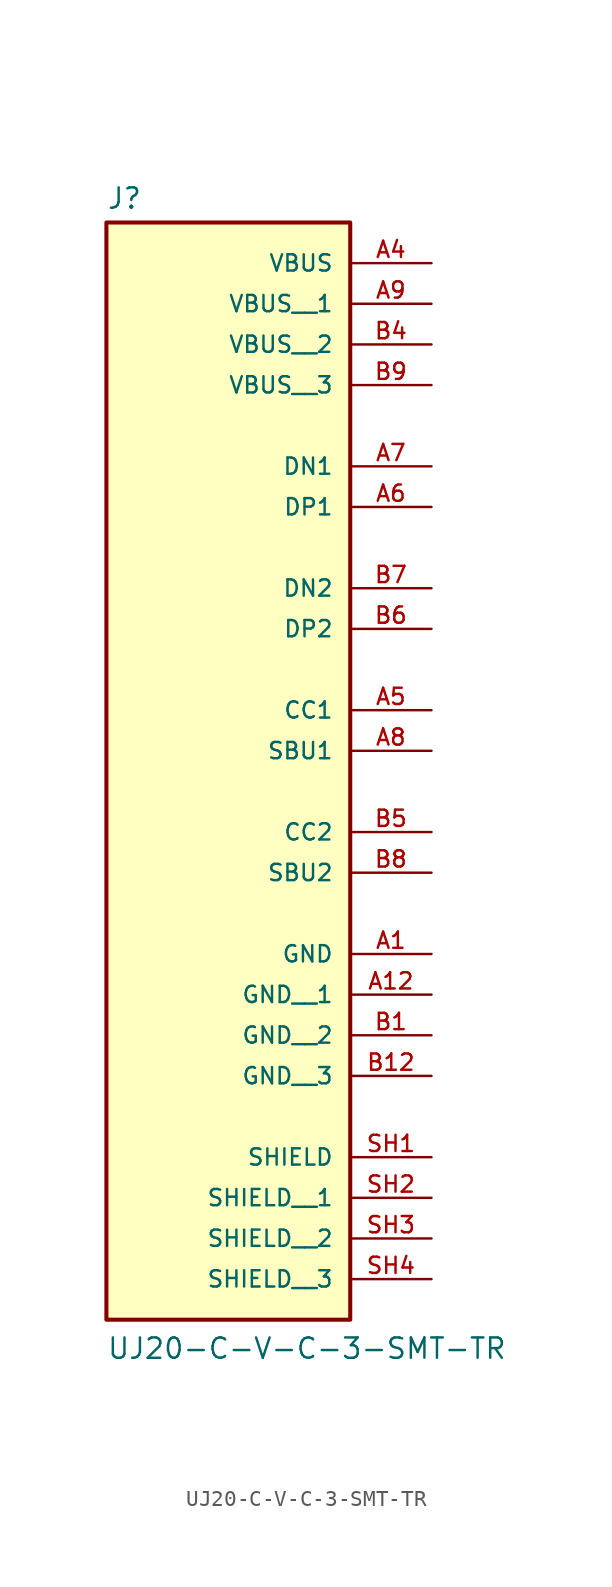
<source format=kicad_sym>
(kicad_symbol_lib
  (version 20211014)
  (generator kicad_symbol_editor)
  (symbol "UJ20-C-V-C-3-SMT-TR"
    (pin_names
      (offset 1.016))
    (property "Reference" "J"
      (at -7.62 23.622 0)
      (effects (font (size 1.27 1.27)) (justify bottom left)))
    (property "Value" "UJ20-C-V-C-3-SMT-TR"
      (at -7.62 -48.26 0)
      (effects (font (size 1.27 1.27)) (justify bottom left)))
    (symbol "UJ20-C-V-C-3-SMT-TR_0_0"
      (rectangle (start -7.62 -45.72) (end 7.62 22.86) (stroke (width 0.254)) (fill (type background)))
      (pin passive line (at 12.7 20.32 180.0) (length 5.08) (name "VBUS" (effects (font (size 1.016 1.016)))) (number "A4" (effects (font (size 1.016 1.016)))))
      (pin passive line (at 12.7 -35.56 180.0) (length 5.08) (name "SHIELD" (effects (font (size 1.016 1.016)))) (number "SH1" (effects (font (size 1.016 1.016)))))
      (pin passive line (at 12.7 7.62 180.0) (length 5.08) (name "DN1" (effects (font (size 1.016 1.016)))) (number "A7" (effects (font (size 1.016 1.016)))))
      (pin passive line (at 12.7 5.08 180.0) (length 5.08) (name "DP1" (effects (font (size 1.016 1.016)))) (number "A6" (effects (font (size 1.016 1.016)))))
      (pin passive line (at 12.7 0.0 180.0) (length 5.08) (name "DN2" (effects (font (size 1.016 1.016)))) (number "B7" (effects (font (size 1.016 1.016)))))
      (pin passive line (at 12.7 -2.54 180.0) (length 5.08) (name "DP2" (effects (font (size 1.016 1.016)))) (number "B6" (effects (font (size 1.016 1.016)))))
      (pin passive line (at 12.7 -22.86 180.0) (length 5.08) (name "GND" (effects (font (size 1.016 1.016)))) (number "A1" (effects (font (size 1.016 1.016)))))
      (pin passive line (at 12.7 -7.62 180.0) (length 5.08) (name "CC1" (effects (font (size 1.016 1.016)))) (number "A5" (effects (font (size 1.016 1.016)))))
      (pin passive line (at 12.7 -10.16 180.0) (length 5.08) (name "SBU1" (effects (font (size 1.016 1.016)))) (number "A8" (effects (font (size 1.016 1.016)))))
      (pin passive line (at 12.7 -15.24 180.0) (length 5.08) (name "CC2" (effects (font (size 1.016 1.016)))) (number "B5" (effects (font (size 1.016 1.016)))))
      (pin passive line (at 12.7 -17.78 180.0) (length 5.08) (name "SBU2" (effects (font (size 1.016 1.016)))) (number "B8" (effects (font (size 1.016 1.016)))))
      (pin passive line (at 12.7 17.78 180.0) (length 5.08) (name "VBUS__1" (effects (font (size 1.016 1.016)))) (number "A9" (effects (font (size 1.016 1.016)))))
      (pin passive line (at 12.7 15.24 180.0) (length 5.08) (name "VBUS__2" (effects (font (size 1.016 1.016)))) (number "B4" (effects (font (size 1.016 1.016)))))
      (pin passive line (at 12.7 12.7 180.0) (length 5.08) (name "VBUS__3" (effects (font (size 1.016 1.016)))) (number "B9" (effects (font (size 1.016 1.016)))))
      (pin passive line (at 12.7 -25.4 180.0) (length 5.08) (name "GND__1" (effects (font (size 1.016 1.016)))) (number "A12" (effects (font (size 1.016 1.016)))))
      (pin passive line (at 12.7 -27.94 180.0) (length 5.08) (name "GND__2" (effects (font (size 1.016 1.016)))) (number "B1" (effects (font (size 1.016 1.016)))))
      (pin passive line (at 12.7 -30.48 180.0) (length 5.08) (name "GND__3" (effects (font (size 1.016 1.016)))) (number "B12" (effects (font (size 1.016 1.016)))))
      (pin passive line (at 12.7 -38.1 180.0) (length 5.08) (name "SHIELD__1" (effects (font (size 1.016 1.016)))) (number "SH2" (effects (font (size 1.016 1.016)))))
      (pin passive line (at 12.7 -40.64 180.0) (length 5.08) (name "SHIELD__2" (effects (font (size 1.016 1.016)))) (number "SH3" (effects (font (size 1.016 1.016)))))
      (pin passive line (at 12.7 -43.18 180.0) (length 5.08) (name "SHIELD__3" (effects (font (size 1.016 1.016)))) (number "SH4" (effects (font (size 1.016 1.016))))))))
</source>
